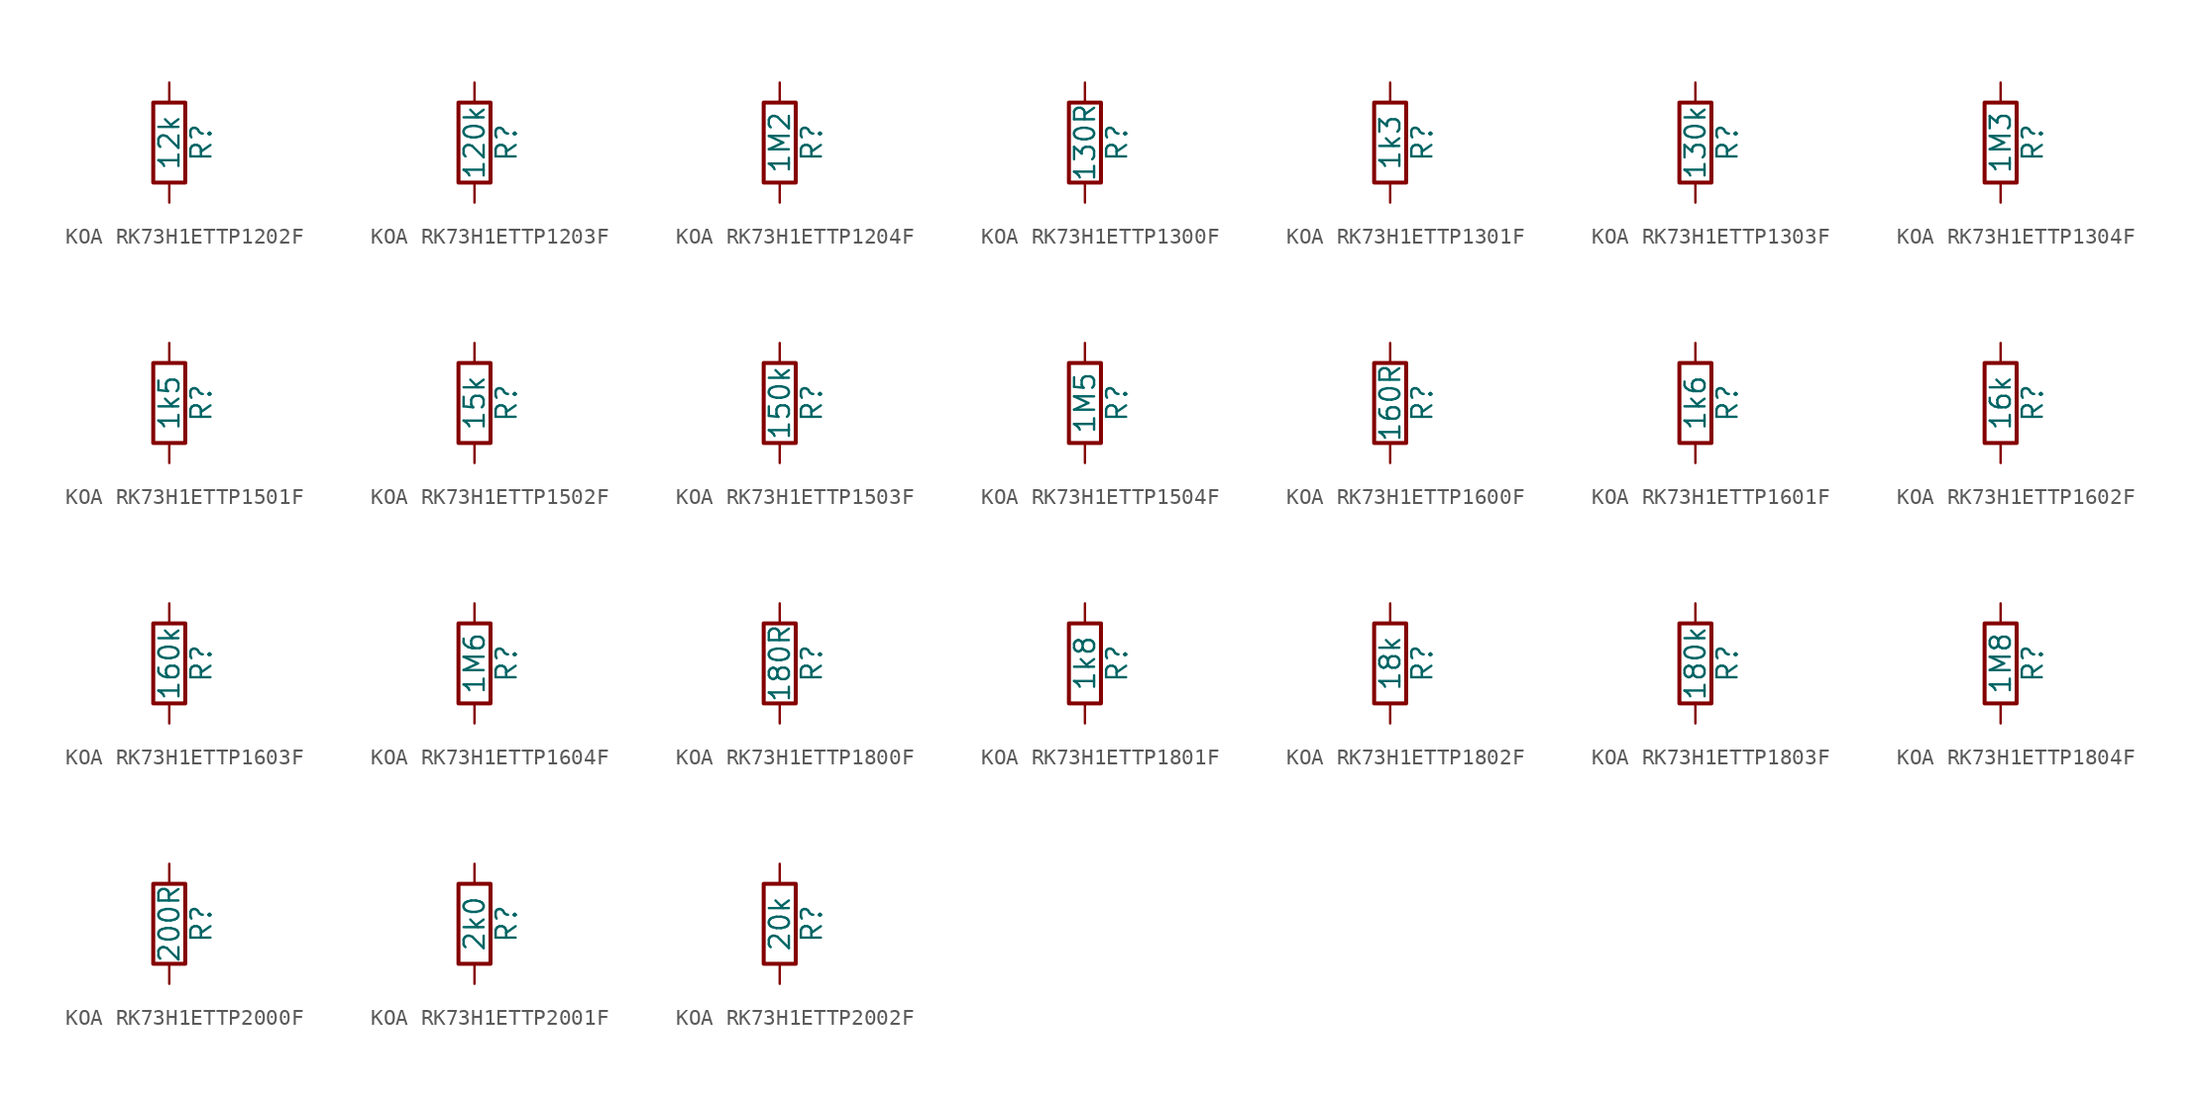
<source format=kicad_sym>
(kicad_symbol_lib
  (version 20220914)
  (generator kicad_symbol_editor)
  (symbol "KOA RK73H1ETTP1202F"
    (pin_numbers hide)
    (pin_names
      (offset 0))
    (property "Reference" "R"
      (at 2.032 0 90)
      (effects (font (size 1.27 1.27))))
    (property "Value" "12k"
      (at 0 0 90)
      (effects (font (size 1.27 1.27))))
    (symbol "KOA RK73H1ETTP1202F_0_1"
      (rectangle (start -1.016 -2.54) (end 1.016 2.54) (stroke (width 0.254) (type default)) (fill (type none))))
    (symbol "KOA RK73H1ETTP1202F_1_1"
      (pin passive line (at 0 3.81 270) (length 1.27) (name "~" (effects (font (size 1.27 1.27)))) (number "1" (effects (font (size 1.27 1.27)))))
      (pin passive line (at 0 -3.81 90) (length 1.27) (name "~" (effects (font (size 1.27 1.27)))) (number "2" (effects (font (size 1.27 1.27)))))))
  (symbol "KOA RK73H1ETTP1203F"
    (pin_numbers hide)
    (pin_names
      (offset 0))
    (property "Reference" "R"
      (at 2.032 0 90)
      (effects (font (size 1.27 1.27))))
    (property "Value" "120k"
      (at 0 0 90)
      (effects (font (size 1.27 1.27))))
    (symbol "KOA RK73H1ETTP1203F_0_1"
      (rectangle (start -1.016 -2.54) (end 1.016 2.54) (stroke (width 0.254) (type default)) (fill (type none))))
    (symbol "KOA RK73H1ETTP1203F_1_1"
      (pin passive line (at 0 3.81 270) (length 1.27) (name "~" (effects (font (size 1.27 1.27)))) (number "1" (effects (font (size 1.27 1.27)))))
      (pin passive line (at 0 -3.81 90) (length 1.27) (name "~" (effects (font (size 1.27 1.27)))) (number "2" (effects (font (size 1.27 1.27)))))))
  (symbol "KOA RK73H1ETTP1204F"
    (pin_numbers hide)
    (pin_names
      (offset 0))
    (property "Reference" "R"
      (at 2.032 0 90)
      (effects (font (size 1.27 1.27))))
    (property "Value" "1M2"
      (at 0 0 90)
      (effects (font (size 1.27 1.27))))
    (symbol "KOA RK73H1ETTP1204F_0_1"
      (rectangle (start -1.016 -2.54) (end 1.016 2.54) (stroke (width 0.254) (type default)) (fill (type none))))
    (symbol "KOA RK73H1ETTP1204F_1_1"
      (pin passive line (at 0 3.81 270) (length 1.27) (name "~" (effects (font (size 1.27 1.27)))) (number "1" (effects (font (size 1.27 1.27)))))
      (pin passive line (at 0 -3.81 90) (length 1.27) (name "~" (effects (font (size 1.27 1.27)))) (number "2" (effects (font (size 1.27 1.27)))))))
  (symbol "KOA RK73H1ETTP1300F"
    (pin_numbers hide)
    (pin_names
      (offset 0))
    (property "Reference" "R"
      (at 2.032 0 90)
      (effects (font (size 1.27 1.27))))
    (property "Value" "130R"
      (at 0 0 90)
      (effects (font (size 1.27 1.27))))
    (symbol "KOA RK73H1ETTP1300F_0_1"
      (rectangle (start -1.016 -2.54) (end 1.016 2.54) (stroke (width 0.254) (type default)) (fill (type none))))
    (symbol "KOA RK73H1ETTP1300F_1_1"
      (pin passive line (at 0 3.81 270) (length 1.27) (name "~" (effects (font (size 1.27 1.27)))) (number "1" (effects (font (size 1.27 1.27)))))
      (pin passive line (at 0 -3.81 90) (length 1.27) (name "~" (effects (font (size 1.27 1.27)))) (number "2" (effects (font (size 1.27 1.27)))))))
  (symbol "KOA RK73H1ETTP1301F"
    (pin_numbers hide)
    (pin_names
      (offset 0))
    (property "Reference" "R"
      (at 2.032 0 90)
      (effects (font (size 1.27 1.27))))
    (property "Value" "1k3"
      (at 0 0 90)
      (effects (font (size 1.27 1.27))))
    (symbol "KOA RK73H1ETTP1301F_0_1"
      (rectangle (start -1.016 -2.54) (end 1.016 2.54) (stroke (width 0.254) (type default)) (fill (type none))))
    (symbol "KOA RK73H1ETTP1301F_1_1"
      (pin passive line (at 0 3.81 270) (length 1.27) (name "~" (effects (font (size 1.27 1.27)))) (number "1" (effects (font (size 1.27 1.27)))))
      (pin passive line (at 0 -3.81 90) (length 1.27) (name "~" (effects (font (size 1.27 1.27)))) (number "2" (effects (font (size 1.27 1.27)))))))
  (symbol "KOA RK73H1ETTP1303F"
    (pin_numbers hide)
    (pin_names
      (offset 0))
    (property "Reference" "R"
      (at 2.032 0 90)
      (effects (font (size 1.27 1.27))))
    (property "Value" "130k"
      (at 0 0 90)
      (effects (font (size 1.27 1.27))))
    (symbol "KOA RK73H1ETTP1303F_0_1"
      (rectangle (start -1.016 -2.54) (end 1.016 2.54) (stroke (width 0.254) (type default)) (fill (type none))))
    (symbol "KOA RK73H1ETTP1303F_1_1"
      (pin passive line (at 0 3.81 270) (length 1.27) (name "~" (effects (font (size 1.27 1.27)))) (number "1" (effects (font (size 1.27 1.27)))))
      (pin passive line (at 0 -3.81 90) (length 1.27) (name "~" (effects (font (size 1.27 1.27)))) (number "2" (effects (font (size 1.27 1.27)))))))
  (symbol "KOA RK73H1ETTP1304F"
    (pin_numbers hide)
    (pin_names
      (offset 0))
    (property "Reference" "R"
      (at 2.032 0 90)
      (effects (font (size 1.27 1.27))))
    (property "Value" "1M3"
      (at 0 0 90)
      (effects (font (size 1.27 1.27))))
    (symbol "KOA RK73H1ETTP1304F_0_1"
      (rectangle (start -1.016 -2.54) (end 1.016 2.54) (stroke (width 0.254) (type default)) (fill (type none))))
    (symbol "KOA RK73H1ETTP1304F_1_1"
      (pin passive line (at 0 3.81 270) (length 1.27) (name "~" (effects (font (size 1.27 1.27)))) (number "1" (effects (font (size 1.27 1.27)))))
      (pin passive line (at 0 -3.81 90) (length 1.27) (name "~" (effects (font (size 1.27 1.27)))) (number "2" (effects (font (size 1.27 1.27)))))))
  (symbol "KOA RK73H1ETTP1501F"
    (pin_numbers hide)
    (pin_names
      (offset 0))
    (property "Reference" "R"
      (at 2.032 0 90)
      (effects (font (size 1.27 1.27))))
    (property "Value" "1k5"
      (at 0 0 90)
      (effects (font (size 1.27 1.27))))
    (symbol "KOA RK73H1ETTP1501F_0_1"
      (rectangle (start -1.016 -2.54) (end 1.016 2.54) (stroke (width 0.254) (type default)) (fill (type none))))
    (symbol "KOA RK73H1ETTP1501F_1_1"
      (pin passive line (at 0 3.81 270) (length 1.27) (name "~" (effects (font (size 1.27 1.27)))) (number "1" (effects (font (size 1.27 1.27)))))
      (pin passive line (at 0 -3.81 90) (length 1.27) (name "~" (effects (font (size 1.27 1.27)))) (number "2" (effects (font (size 1.27 1.27)))))))
  (symbol "KOA RK73H1ETTP1502F"
    (pin_numbers hide)
    (pin_names
      (offset 0))
    (property "Reference" "R"
      (at 2.032 0 90)
      (effects (font (size 1.27 1.27))))
    (property "Value" "15k"
      (at 0 0 90)
      (effects (font (size 1.27 1.27))))
    (symbol "KOA RK73H1ETTP1502F_0_1"
      (rectangle (start -1.016 -2.54) (end 1.016 2.54) (stroke (width 0.254) (type default)) (fill (type none))))
    (symbol "KOA RK73H1ETTP1502F_1_1"
      (pin passive line (at 0 3.81 270) (length 1.27) (name "~" (effects (font (size 1.27 1.27)))) (number "1" (effects (font (size 1.27 1.27)))))
      (pin passive line (at 0 -3.81 90) (length 1.27) (name "~" (effects (font (size 1.27 1.27)))) (number "2" (effects (font (size 1.27 1.27)))))))
  (symbol "KOA RK73H1ETTP1503F"
    (pin_numbers hide)
    (pin_names
      (offset 0))
    (property "Reference" "R"
      (at 2.032 0 90)
      (effects (font (size 1.27 1.27))))
    (property "Value" "150k"
      (at 0 0 90)
      (effects (font (size 1.27 1.27))))
    (symbol "KOA RK73H1ETTP1503F_0_1"
      (rectangle (start -1.016 -2.54) (end 1.016 2.54) (stroke (width 0.254) (type default)) (fill (type none))))
    (symbol "KOA RK73H1ETTP1503F_1_1"
      (pin passive line (at 0 3.81 270) (length 1.27) (name "~" (effects (font (size 1.27 1.27)))) (number "1" (effects (font (size 1.27 1.27)))))
      (pin passive line (at 0 -3.81 90) (length 1.27) (name "~" (effects (font (size 1.27 1.27)))) (number "2" (effects (font (size 1.27 1.27)))))))
  (symbol "KOA RK73H1ETTP1504F"
    (pin_numbers hide)
    (pin_names
      (offset 0))
    (property "Reference" "R"
      (at 2.032 0 90)
      (effects (font (size 1.27 1.27))))
    (property "Value" "1M5"
      (at 0 0 90)
      (effects (font (size 1.27 1.27))))
    (symbol "KOA RK73H1ETTP1504F_0_1"
      (rectangle (start -1.016 -2.54) (end 1.016 2.54) (stroke (width 0.254) (type default)) (fill (type none))))
    (symbol "KOA RK73H1ETTP1504F_1_1"
      (pin passive line (at 0 3.81 270) (length 1.27) (name "~" (effects (font (size 1.27 1.27)))) (number "1" (effects (font (size 1.27 1.27)))))
      (pin passive line (at 0 -3.81 90) (length 1.27) (name "~" (effects (font (size 1.27 1.27)))) (number "2" (effects (font (size 1.27 1.27)))))))
  (symbol "KOA RK73H1ETTP1600F"
    (pin_numbers hide)
    (pin_names
      (offset 0))
    (property "Reference" "R"
      (at 2.032 0 90)
      (effects (font (size 1.27 1.27))))
    (property "Value" "160R"
      (at 0 0 90)
      (effects (font (size 1.27 1.27))))
    (symbol "KOA RK73H1ETTP1600F_0_1"
      (rectangle (start -1.016 -2.54) (end 1.016 2.54) (stroke (width 0.254) (type default)) (fill (type none))))
    (symbol "KOA RK73H1ETTP1600F_1_1"
      (pin passive line (at 0 3.81 270) (length 1.27) (name "~" (effects (font (size 1.27 1.27)))) (number "1" (effects (font (size 1.27 1.27)))))
      (pin passive line (at 0 -3.81 90) (length 1.27) (name "~" (effects (font (size 1.27 1.27)))) (number "2" (effects (font (size 1.27 1.27)))))))
  (symbol "KOA RK73H1ETTP1601F"
    (pin_numbers hide)
    (pin_names
      (offset 0))
    (property "Reference" "R"
      (at 2.032 0 90)
      (effects (font (size 1.27 1.27))))
    (property "Value" "1k6"
      (at 0 0 90)
      (effects (font (size 1.27 1.27))))
    (symbol "KOA RK73H1ETTP1601F_0_1"
      (rectangle (start -1.016 -2.54) (end 1.016 2.54) (stroke (width 0.254) (type default)) (fill (type none))))
    (symbol "KOA RK73H1ETTP1601F_1_1"
      (pin passive line (at 0 3.81 270) (length 1.27) (name "~" (effects (font (size 1.27 1.27)))) (number "1" (effects (font (size 1.27 1.27)))))
      (pin passive line (at 0 -3.81 90) (length 1.27) (name "~" (effects (font (size 1.27 1.27)))) (number "2" (effects (font (size 1.27 1.27)))))))
  (symbol "KOA RK73H1ETTP1602F"
    (pin_numbers hide)
    (pin_names
      (offset 0))
    (property "Reference" "R"
      (at 2.032 0 90)
      (effects (font (size 1.27 1.27))))
    (property "Value" "16k"
      (at 0 0 90)
      (effects (font (size 1.27 1.27))))
    (symbol "KOA RK73H1ETTP1602F_0_1"
      (rectangle (start -1.016 -2.54) (end 1.016 2.54) (stroke (width 0.254) (type default)) (fill (type none))))
    (symbol "KOA RK73H1ETTP1602F_1_1"
      (pin passive line (at 0 3.81 270) (length 1.27) (name "~" (effects (font (size 1.27 1.27)))) (number "1" (effects (font (size 1.27 1.27)))))
      (pin passive line (at 0 -3.81 90) (length 1.27) (name "~" (effects (font (size 1.27 1.27)))) (number "2" (effects (font (size 1.27 1.27)))))))
  (symbol "KOA RK73H1ETTP1603F"
    (pin_numbers hide)
    (pin_names
      (offset 0))
    (property "Reference" "R"
      (at 2.032 0 90)
      (effects (font (size 1.27 1.27))))
    (property "Value" "160k"
      (at 0 0 90)
      (effects (font (size 1.27 1.27))))
    (symbol "KOA RK73H1ETTP1603F_0_1"
      (rectangle (start -1.016 -2.54) (end 1.016 2.54) (stroke (width 0.254) (type default)) (fill (type none))))
    (symbol "KOA RK73H1ETTP1603F_1_1"
      (pin passive line (at 0 3.81 270) (length 1.27) (name "~" (effects (font (size 1.27 1.27)))) (number "1" (effects (font (size 1.27 1.27)))))
      (pin passive line (at 0 -3.81 90) (length 1.27) (name "~" (effects (font (size 1.27 1.27)))) (number "2" (effects (font (size 1.27 1.27)))))))
  (symbol "KOA RK73H1ETTP1604F"
    (pin_numbers hide)
    (pin_names
      (offset 0))
    (property "Reference" "R"
      (at 2.032 0 90)
      (effects (font (size 1.27 1.27))))
    (property "Value" "1M6"
      (at 0 0 90)
      (effects (font (size 1.27 1.27))))
    (symbol "KOA RK73H1ETTP1604F_0_1"
      (rectangle (start -1.016 -2.54) (end 1.016 2.54) (stroke (width 0.254) (type default)) (fill (type none))))
    (symbol "KOA RK73H1ETTP1604F_1_1"
      (pin passive line (at 0 3.81 270) (length 1.27) (name "~" (effects (font (size 1.27 1.27)))) (number "1" (effects (font (size 1.27 1.27)))))
      (pin passive line (at 0 -3.81 90) (length 1.27) (name "~" (effects (font (size 1.27 1.27)))) (number "2" (effects (font (size 1.27 1.27)))))))
  (symbol "KOA RK73H1ETTP1800F"
    (pin_numbers hide)
    (pin_names
      (offset 0))
    (property "Reference" "R"
      (at 2.032 0 90)
      (effects (font (size 1.27 1.27))))
    (property "Value" "180R"
      (at 0 0 90)
      (effects (font (size 1.27 1.27))))
    (symbol "KOA RK73H1ETTP1800F_0_1"
      (rectangle (start -1.016 -2.54) (end 1.016 2.54) (stroke (width 0.254) (type default)) (fill (type none))))
    (symbol "KOA RK73H1ETTP1800F_1_1"
      (pin passive line (at 0 3.81 270) (length 1.27) (name "~" (effects (font (size 1.27 1.27)))) (number "1" (effects (font (size 1.27 1.27)))))
      (pin passive line (at 0 -3.81 90) (length 1.27) (name "~" (effects (font (size 1.27 1.27)))) (number "2" (effects (font (size 1.27 1.27)))))))
  (symbol "KOA RK73H1ETTP1801F"
    (pin_numbers hide)
    (pin_names
      (offset 0))
    (property "Reference" "R"
      (at 2.032 0 90)
      (effects (font (size 1.27 1.27))))
    (property "Value" "1k8"
      (at 0 0 90)
      (effects (font (size 1.27 1.27))))
    (symbol "KOA RK73H1ETTP1801F_0_1"
      (rectangle (start -1.016 -2.54) (end 1.016 2.54) (stroke (width 0.254) (type default)) (fill (type none))))
    (symbol "KOA RK73H1ETTP1801F_1_1"
      (pin passive line (at 0 3.81 270) (length 1.27) (name "~" (effects (font (size 1.27 1.27)))) (number "1" (effects (font (size 1.27 1.27)))))
      (pin passive line (at 0 -3.81 90) (length 1.27) (name "~" (effects (font (size 1.27 1.27)))) (number "2" (effects (font (size 1.27 1.27)))))))
  (symbol "KOA RK73H1ETTP1802F"
    (pin_numbers hide)
    (pin_names
      (offset 0))
    (property "Reference" "R"
      (at 2.032 0 90)
      (effects (font (size 1.27 1.27))))
    (property "Value" "18k"
      (at 0 0 90)
      (effects (font (size 1.27 1.27))))
    (symbol "KOA RK73H1ETTP1802F_0_1"
      (rectangle (start -1.016 -2.54) (end 1.016 2.54) (stroke (width 0.254) (type default)) (fill (type none))))
    (symbol "KOA RK73H1ETTP1802F_1_1"
      (pin passive line (at 0 3.81 270) (length 1.27) (name "~" (effects (font (size 1.27 1.27)))) (number "1" (effects (font (size 1.27 1.27)))))
      (pin passive line (at 0 -3.81 90) (length 1.27) (name "~" (effects (font (size 1.27 1.27)))) (number "2" (effects (font (size 1.27 1.27)))))))
  (symbol "KOA RK73H1ETTP1803F"
    (pin_numbers hide)
    (pin_names
      (offset 0))
    (property "Reference" "R"
      (at 2.032 0 90)
      (effects (font (size 1.27 1.27))))
    (property "Value" "180k"
      (at 0 0 90)
      (effects (font (size 1.27 1.27))))
    (symbol "KOA RK73H1ETTP1803F_0_1"
      (rectangle (start -1.016 -2.54) (end 1.016 2.54) (stroke (width 0.254) (type default)) (fill (type none))))
    (symbol "KOA RK73H1ETTP1803F_1_1"
      (pin passive line (at 0 3.81 270) (length 1.27) (name "~" (effects (font (size 1.27 1.27)))) (number "1" (effects (font (size 1.27 1.27)))))
      (pin passive line (at 0 -3.81 90) (length 1.27) (name "~" (effects (font (size 1.27 1.27)))) (number "2" (effects (font (size 1.27 1.27)))))))
  (symbol "KOA RK73H1ETTP1804F"
    (pin_numbers hide)
    (pin_names
      (offset 0))
    (property "Reference" "R"
      (at 2.032 0 90)
      (effects (font (size 1.27 1.27))))
    (property "Value" "1M8"
      (at 0 0 90)
      (effects (font (size 1.27 1.27))))
    (symbol "KOA RK73H1ETTP1804F_0_1"
      (rectangle (start -1.016 -2.54) (end 1.016 2.54) (stroke (width 0.254) (type default)) (fill (type none))))
    (symbol "KOA RK73H1ETTP1804F_1_1"
      (pin passive line (at 0 3.81 270) (length 1.27) (name "~" (effects (font (size 1.27 1.27)))) (number "1" (effects (font (size 1.27 1.27)))))
      (pin passive line (at 0 -3.81 90) (length 1.27) (name "~" (effects (font (size 1.27 1.27)))) (number "2" (effects (font (size 1.27 1.27)))))))
  (symbol "KOA RK73H1ETTP2000F"
    (pin_numbers hide)
    (pin_names
      (offset 0))
    (property "Reference" "R"
      (at 2.032 0 90)
      (effects (font (size 1.27 1.27))))
    (property "Value" "200R"
      (at 0 0 90)
      (effects (font (size 1.27 1.27))))
    (symbol "KOA RK73H1ETTP2000F_0_1"
      (rectangle (start -1.016 -2.54) (end 1.016 2.54) (stroke (width 0.254) (type default)) (fill (type none))))
    (symbol "KOA RK73H1ETTP2000F_1_1"
      (pin passive line (at 0 3.81 270) (length 1.27) (name "~" (effects (font (size 1.27 1.27)))) (number "1" (effects (font (size 1.27 1.27)))))
      (pin passive line (at 0 -3.81 90) (length 1.27) (name "~" (effects (font (size 1.27 1.27)))) (number "2" (effects (font (size 1.27 1.27)))))))
  (symbol "KOA RK73H1ETTP2001F"
    (pin_numbers hide)
    (pin_names
      (offset 0))
    (property "Reference" "R"
      (at 2.032 0 90)
      (effects (font (size 1.27 1.27))))
    (property "Value" "2k0"
      (at 0 0 90)
      (effects (font (size 1.27 1.27))))
    (symbol "KOA RK73H1ETTP2001F_0_1"
      (rectangle (start -1.016 -2.54) (end 1.016 2.54) (stroke (width 0.254) (type default)) (fill (type none))))
    (symbol "KOA RK73H1ETTP2001F_1_1"
      (pin passive line (at 0 3.81 270) (length 1.27) (name "~" (effects (font (size 1.27 1.27)))) (number "1" (effects (font (size 1.27 1.27)))))
      (pin passive line (at 0 -3.81 90) (length 1.27) (name "~" (effects (font (size 1.27 1.27)))) (number "2" (effects (font (size 1.27 1.27)))))))
  (symbol "KOA RK73H1ETTP2002F"
    (pin_numbers hide)
    (pin_names
      (offset 0))
    (property "Reference" "R"
      (at 2.032 0 90)
      (effects (font (size 1.27 1.27))))
    (property "Value" "20k"
      (at 0 0 90)
      (effects (font (size 1.27 1.27))))
    (symbol "KOA RK73H1ETTP2002F_0_1"
      (rectangle (start -1.016 -2.54) (end 1.016 2.54) (stroke (width 0.254) (type default)) (fill (type none))))
    (symbol "KOA RK73H1ETTP2002F_1_1"
      (pin passive line (at 0 3.81 270) (length 1.27) (name "~" (effects (font (size 1.27 1.27)))) (number "1" (effects (font (size 1.27 1.27)))))
      (pin passive line (at 0 -3.81 90) (length 1.27) (name "~" (effects (font (size 1.27 1.27)))) (number "2" (effects (font (size 1.27 1.27))))))))
</source>
